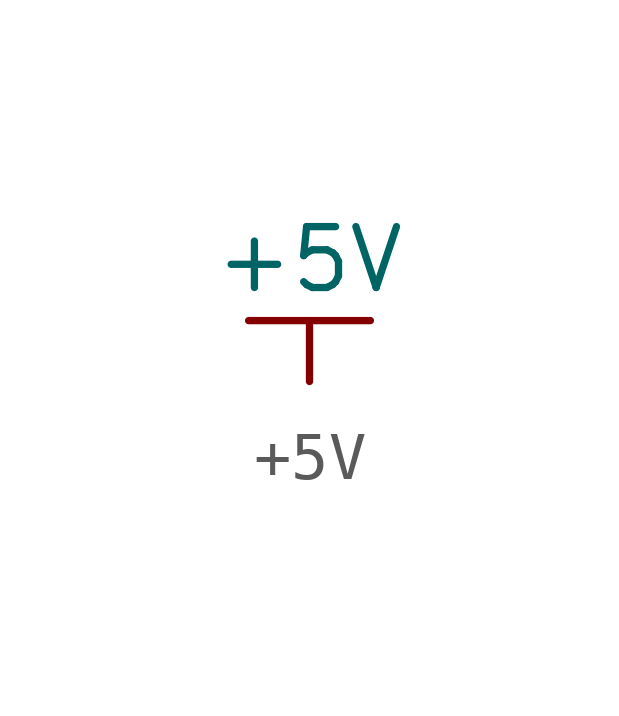
<source format=kicad_sym>
(kicad_symbol_lib
  (version 20220914)
  (generator kicad_symbol_editor)
  (symbol "+5V"
    (power)
    (pin_names
      (offset 0))
    (property "Reference" "#PWR"
      (at 0 -3.81 0)
      (effects (font (size 1.27 1.27)) hide))
    (property "Value" "+5V"
      (at 0 2.54 0)
      (do_not_autoplace)
      (effects (font (size 1.27 1.27))))
    (symbol "+5V_0_1"
      (polyline (pts (xy 0 0) (xy 0 1.27)) (stroke (width 0) (type default)) (fill (type none)))
      (polyline (pts (xy -1.27 1.27) (xy 0 1.27) (xy 1.27 1.27)) (stroke (width 0) (type default)) (fill (type none))))
    (symbol "+5V_1_1"
      (pin power_in line (at 0 0 90) (length 0) hide (name "+5V" (effects (font (size 1.27 1.27)))) (number "1" (effects (font (size 1.27 1.27))))))))
</source>
